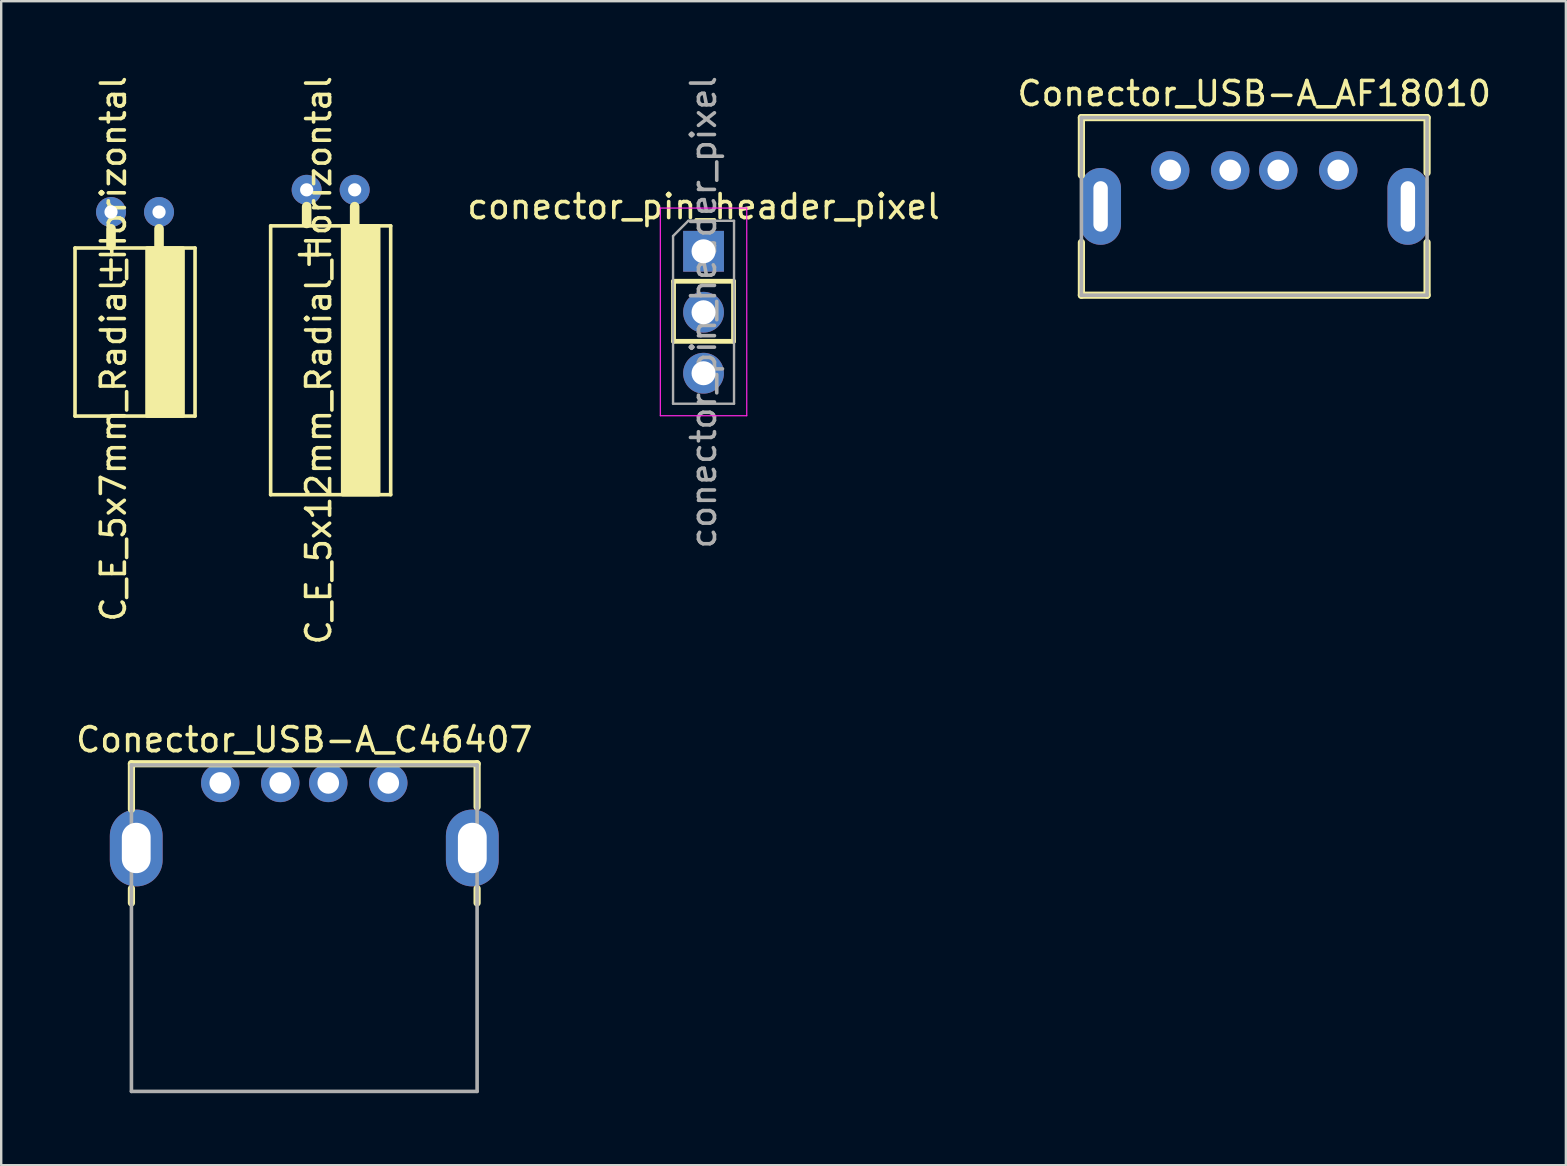
<source format=kicad_pcb>
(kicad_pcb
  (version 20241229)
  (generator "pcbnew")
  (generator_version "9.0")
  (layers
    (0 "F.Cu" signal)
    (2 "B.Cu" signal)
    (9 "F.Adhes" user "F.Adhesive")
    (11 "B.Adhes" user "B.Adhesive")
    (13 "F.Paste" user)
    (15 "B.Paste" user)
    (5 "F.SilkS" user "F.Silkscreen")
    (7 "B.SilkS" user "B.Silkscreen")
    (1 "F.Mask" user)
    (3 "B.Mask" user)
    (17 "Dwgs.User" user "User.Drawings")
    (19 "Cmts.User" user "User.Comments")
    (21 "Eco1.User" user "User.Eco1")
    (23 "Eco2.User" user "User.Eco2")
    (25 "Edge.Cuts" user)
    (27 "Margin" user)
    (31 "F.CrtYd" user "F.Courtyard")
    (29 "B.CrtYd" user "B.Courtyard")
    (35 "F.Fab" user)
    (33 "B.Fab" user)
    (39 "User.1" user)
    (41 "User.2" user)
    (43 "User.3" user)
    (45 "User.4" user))
  (footprint "C_E_5x12mm_Radial_Horizontal"
    (layer "F.Cu")
    (at 10.725 11.958)
    (property "Reference" "C_E_5x12mm_Radial_Horizontal" (at -0.5 0 90) (layer "F.SilkS") (effects (font (size 1 1) (thickness 0.15))))
    (attr through_hole)
    (fp_line (start -2.5 -5.6) (end 2.5 -5.6) (stroke (width 0.15) (type solid)) (layer "F.SilkS"))
    (fp_line (start -2.5 5.6) (end -2.5 -5.6) (stroke (width 0.15) (type solid)) (layer "F.SilkS"))
    (fp_line (start -1.3 -4.4) (end -0.5 -4.4) (stroke (width 0.15) (type solid)) (layer "F.SilkS"))
    (fp_line (start -1 -6.4) (end -1 -5.7) (stroke (width 0.4) (type solid)) (layer "F.SilkS"))
    (fp_line (start -0.9 -4.8) (end -0.9 -4) (stroke (width 0.15) (type solid)) (layer "F.SilkS"))
    (fp_line (start 1 -6.4) (end 1 -5.7) (stroke (width 0.4) (type solid)) (layer "F.SilkS"))
    (fp_line (start 2.5 -5.6) (end 2.5 5.6) (stroke (width 0.15) (type solid)) (layer "F.SilkS"))
    (fp_line (start 2.5 5.6) (end -2.5 5.6) (stroke (width 0.15) (type solid)) (layer "F.SilkS"))
    (fp_poly (pts (xy 2 -5.6) (xy 0.5 -5.6) (xy 0.5 5.6) (xy 2 5.6)) (stroke (width 0.15) (type solid)) (fill yes) (layer "F.SilkS"))
    (pad "1" thru_hole circle (at -1 -7.1) (size 1.25 1.25) (drill 0.55) (layers "*.Cu" "*.Mask"))
    (pad "2" thru_hole circle (at 1 -7.1) (size 1.25 1.25) (drill 0.55) (layers "*.Cu" "*.Mask")))
  (footprint "Conector_USB-A_C46407"
    (layer "F.Cu")
    (at 9.625 29.565)
    (property "Reference" "Conector_USB-A_C46407" (at 0 -1.8 0) (layer "F.SilkS") (effects (font (size 1 1) (thickness 0.15))))
    (attr through_hole)
    (fp_line (start -7.2 -0.8) (end 7.2 -0.8) (stroke (width 0.3) (type solid)) (layer "F.SilkS"))
    (fp_line (start -7.2 1.1) (end -7.2 -0.8) (stroke (width 0.3) (type solid)) (layer "F.SilkS"))
    (fp_line (start -7.2 4.4) (end -7.2 5) (stroke (width 0.3) (type solid)) (layer "F.SilkS"))
    (fp_line (start 7.2 -0.8) (end 7.2 1) (stroke (width 0.3) (type solid)) (layer "F.SilkS"))
    (fp_line (start 7.2 4.4) (end 7.2 5) (stroke (width 0.3) (type solid)) (layer "F.SilkS"))
    (fp_line (start -7.2 -0.75) (end -7.2 12.85) (stroke (width 0.15) (type solid)) (layer "F.Fab"))
    (fp_line (start 7.2 -0.75) (end -7.2 -0.75) (stroke (width 0.15) (type solid)) (layer "F.Fab"))
    (fp_line (start 7.2 12.85) (end -7.2 12.85) (stroke (width 0.15) (type solid)) (layer "F.Fab"))
    (fp_line (start 7.2 12.85) (end 7.2 -0.75) (stroke (width 0.15) (type solid)) (layer "F.Fab"))
    (pad "1" thru_hole circle (at -3.5 0) (size 1.6 1.6) (drill 0.9) (layers "*.Cu" "*.Mask"))
    (pad "2" thru_hole circle (at -1 0) (size 1.6 1.6) (drill 0.9) (layers "*.Cu" "*.Mask"))
    (pad "3" thru_hole circle (at 1 0) (size 1.6 1.6) (drill 0.9) (layers "*.Cu" "*.Mask"))
    (pad "4" thru_hole circle (at 3.5 0) (size 1.6 1.6) (drill 0.9) (layers "*.Cu" "*.Mask"))
    (pad "5" thru_hole oval (at -7 2.71) (size 2.2 3.2) (drill oval 1.2 2.1) (layers "*.Cu" "*.Mask"))
    (pad "5" thru_hole oval (at 7 2.71) (size 2.2 3.2) (drill oval 1.2 2.1) (layers "*.Cu" "*.Mask")))
  (footprint "Conector_USB-A_AF18010"
    (layer "F.Cu")
    (at 49.199 5.548)
    (property "Reference" "Conector_USB-A_AF18010" (at 0 -4.7 0) (layer "F.SilkS") (effects (font (size 1 1) (thickness 0.15))))
    (attr through_hole)
    (fp_line (start -7.2 -3.7) (end 7.2 -3.7) (stroke (width 0.3) (type solid)) (layer "F.SilkS"))
    (fp_line (start -7.2 -1.3) (end -7.2 -3.7) (stroke (width 0.3) (type solid)) (layer "F.SilkS"))
    (fp_line (start -7.2 3.7) (end -7.2 1.5) (stroke (width 0.3) (type solid)) (layer "F.SilkS"))
    (fp_line (start 7.2 -3.7) (end 7.2 -1.4) (stroke (width 0.3) (type solid)) (layer "F.SilkS"))
    (fp_line (start 7.2 1.5) (end 7.2 3.7) (stroke (width 0.3) (type solid)) (layer "F.SilkS"))
    (fp_line (start 7.2 3.7) (end -7.2 3.7) (stroke (width 0.3) (type solid)) (layer "F.SilkS"))
    (fp_line (start -7.2 -3.7) (end -7.2 3.7) (stroke (width 0.15) (type solid)) (layer "F.Fab"))
    (fp_line (start 7.2 -3.7) (end -7.2 -3.7) (stroke (width 0.15) (type solid)) (layer "F.Fab"))
    (fp_line (start 7.2 3.7) (end -7.2 3.7) (stroke (width 0.15) (type solid)) (layer "F.Fab"))
    (fp_line (start 7.2 3.7) (end 7.2 -3.7) (stroke (width 0.15) (type solid)) (layer "F.Fab"))
    (pad "1" thru_hole circle (at -3.5 -1.5) (size 1.6 1.6) (drill 0.9) (layers "*.Cu" "*.Mask"))
    (pad "2" thru_hole circle (at -1 -1.5) (size 1.6 1.6) (drill 0.9) (layers "*.Cu" "*.Mask"))
    (pad "3" thru_hole circle (at 1 -1.5) (size 1.6 1.6) (drill 0.9) (layers "*.Cu" "*.Mask"))
    (pad "4" thru_hole circle (at 3.5 -1.5) (size 1.6 1.6) (drill 0.9) (layers "*.Cu" "*.Mask"))
    (pad "5" thru_hole oval (at -6.4 0) (size 1.7 3.2) (drill oval 0.6 2.1) (layers "*.Cu" "*.Mask"))
    (pad "5" thru_hole oval (at 6.4 0) (size 1.7 3.2) (drill oval 0.6 2.1) (layers "*.Cu" "*.Mask")))
  (footprint "C_E_5x7mm_Radial_Horizontal"
    (layer "F.Cu")
    (at 2.575 12.882)
    (property "Reference" "C_E_5x7mm_Radial_Horizontal" (at -0.9 -1.4 90) (layer "F.SilkS") (effects (font (size 1 1) (thickness 0.15))))
    (attr through_hole)
    (fp_line (start -2.5 -5.6) (end 2.5 -5.6) (stroke (width 0.15) (type solid)) (layer "F.SilkS"))
    (fp_line (start -2.5 1.4) (end -2.5 -5.6) (stroke (width 0.15) (type solid)) (layer "F.SilkS"))
    (fp_line (start -1.4 -4.7) (end -0.6 -4.7) (stroke (width 0.15) (type solid)) (layer "F.SilkS"))
    (fp_line (start -1 -6.4) (end -1 -5.7) (stroke (width 0.4) (type solid)) (layer "F.SilkS"))
    (fp_line (start -1 -5.1) (end -1 -4.3) (stroke (width 0.15) (type solid)) (layer "F.SilkS"))
    (fp_line (start 1 -6.4) (end 1 -5.7) (stroke (width 0.4) (type solid)) (layer "F.SilkS"))
    (fp_line (start 2.5 -5.6) (end 2.5 1.4) (stroke (width 0.15) (type solid)) (layer "F.SilkS"))
    (fp_line (start 2.5 1.4) (end -2.5 1.4) (stroke (width 0.15) (type solid)) (layer "F.SilkS"))
    (fp_poly (pts (xy 2 -5.6) (xy 0.5 -5.6) (xy 0.5 1.4) (xy 2 1.4)) (stroke (width 0.15) (type solid)) (fill yes) (layer "F.SilkS"))
    (pad "1" thru_hole circle (at -1 -7.1) (size 1.25 1.25) (drill 0.55) (layers "*.Cu" "*.Mask"))
    (pad "2" thru_hole circle (at 1 -7.1) (size 1.25 1.25) (drill 0.55) (layers "*.Cu" "*.Mask")))
  (footprint "conector_pin_header_pixel"
    (layer "F.Cu")
    (at 26.258 7.418)
    (property "Reference" "conector_pin_header_pixel" (at 0 -1.86 0) (layer "F.SilkS") (effects (font (size 1 1) (thickness 0.15))))
    (attr through_hole)
    (fp_line (start -1.25 1.25) (end 1.25 1.25) (stroke (width 0.2) (type solid)) (layer "F.SilkS"))
    (fp_line (start -1.25 3.75) (end -1.25 1.25) (stroke (width 0.2) (type solid)) (layer "F.SilkS"))
    (fp_line (start 1.25 1.25) (end 1.25 3.75) (stroke (width 0.2) (type solid)) (layer "F.SilkS"))
    (fp_line (start 1.25 3.75) (end -1.25 3.75) (stroke (width 0.2) (type solid)) (layer "F.SilkS"))
    (fp_line (start -1.8 -1.8) (end -1.8 6.85) (stroke (width 0.05) (type solid)) (layer "F.CrtYd"))
    (fp_line (start -1.8 6.85) (end 1.8 6.85) (stroke (width 0.05) (type solid)) (layer "F.CrtYd"))
    (fp_line (start 1.8 -1.8) (end -1.8 -1.8) (stroke (width 0.05) (type solid)) (layer "F.CrtYd"))
    (fp_line (start 1.8 6.85) (end 1.8 -1.8) (stroke (width 0.05) (type solid)) (layer "F.CrtYd"))
    (fp_line (start -1.27 -0.635) (end -0.635 -1.27) (stroke (width 0.1) (type solid)) (layer "F.Fab"))
    (fp_line (start -1.27 6.35) (end -1.27 -0.635) (stroke (width 0.1) (type solid)) (layer "F.Fab"))
    (fp_line (start -0.635 -1.27) (end 1.27 -1.27) (stroke (width 0.1) (type solid)) (layer "F.Fab"))
    (fp_line (start 1.27 -1.27) (end 1.27 6.35) (stroke (width 0.1) (type solid)) (layer "F.Fab"))
    (fp_line (start 1.27 6.35) (end -1.27 6.35) (stroke (width 0.1) (type solid)) (layer "F.Fab"))
    (fp_text user "${REFERENCE}" (at 0 2.54 90) (layer "F.Fab") (effects (font (size 1 1) (thickness 0.15))))
    (pad "1" thru_hole rect (at 0 0) (size 1.7 1.7) (drill 1) (layers "*.Cu" "*.Mask"))
    (pad "2" thru_hole oval (at 0 2.54) (size 1.7 1.7) (drill 1) (layers "*.Cu" "*.Mask"))
    (pad "3" thru_hole oval (at 0 5.08) (size 1.7 1.7) (drill 1) (layers "*.Cu" "*.Mask")))
  (gr_rect
    (start -3 -3)
    (end 62.181 45.49)
    (stroke (width 0.1) (type default))
    (fill no)
    (layer "Edge.Cuts")))
</source>
